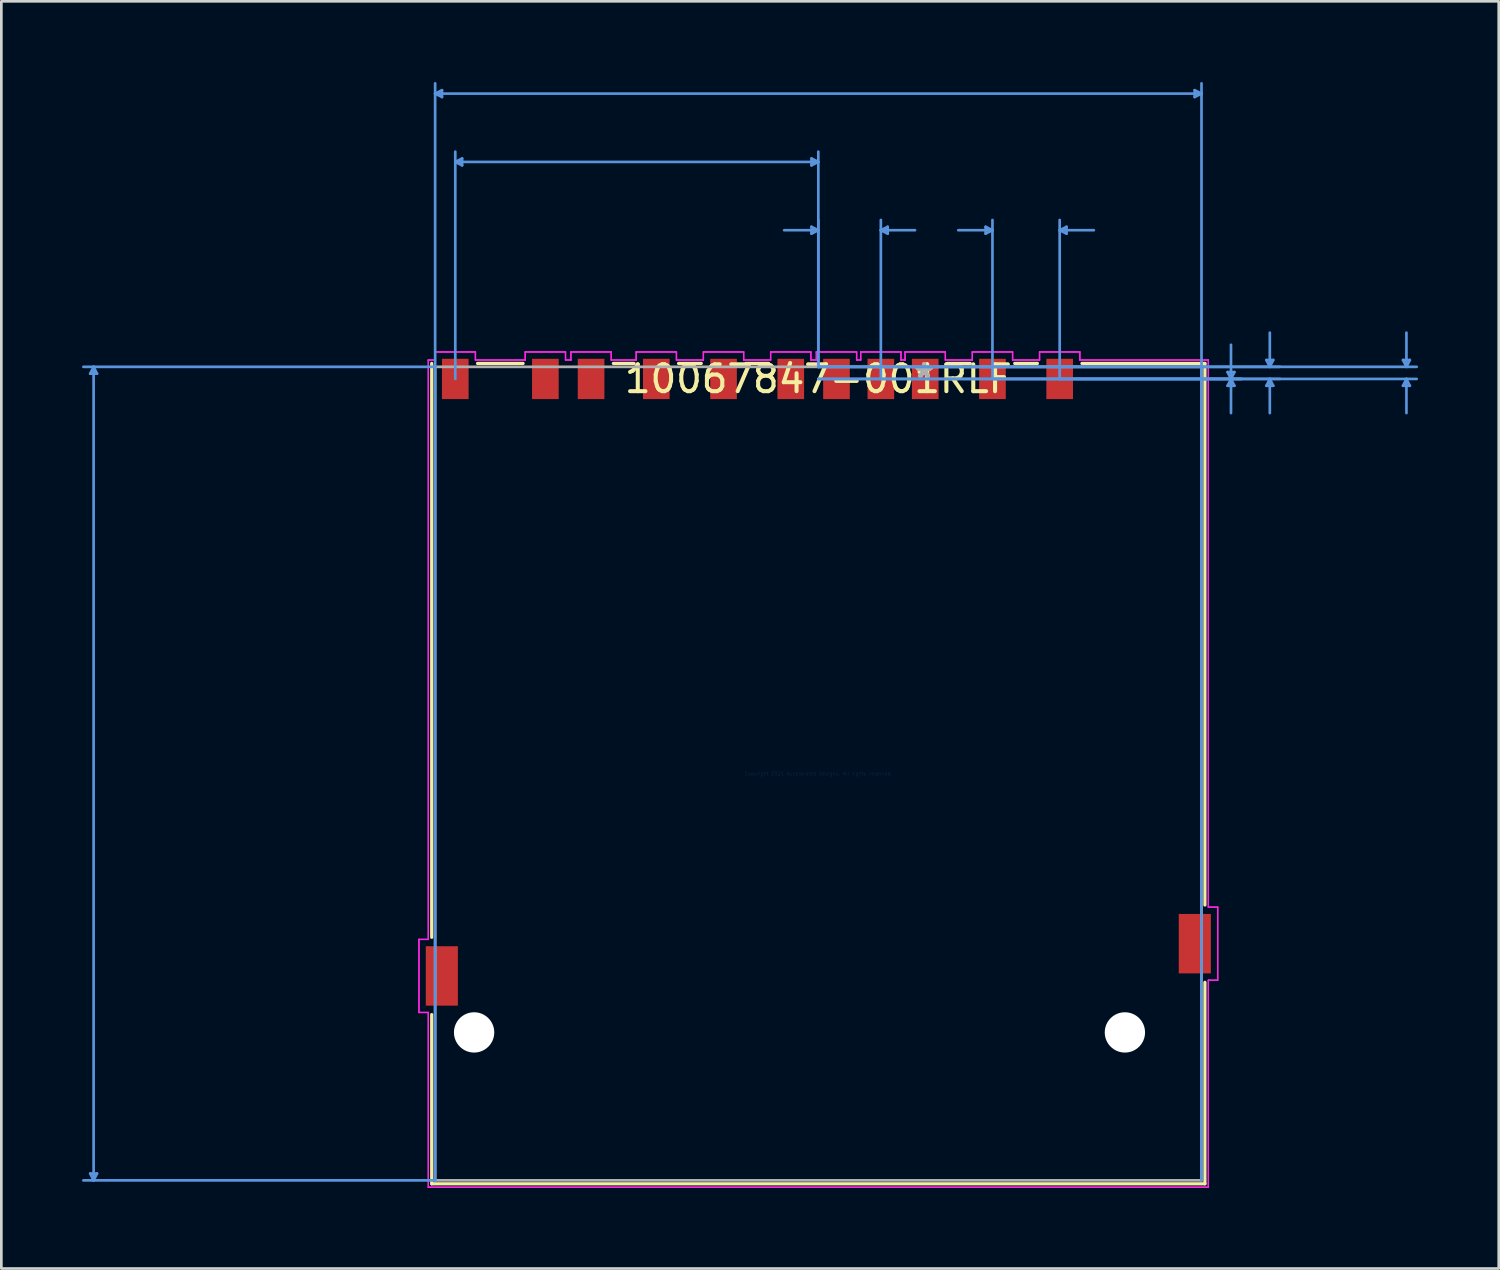
<source format=kicad_pcb>
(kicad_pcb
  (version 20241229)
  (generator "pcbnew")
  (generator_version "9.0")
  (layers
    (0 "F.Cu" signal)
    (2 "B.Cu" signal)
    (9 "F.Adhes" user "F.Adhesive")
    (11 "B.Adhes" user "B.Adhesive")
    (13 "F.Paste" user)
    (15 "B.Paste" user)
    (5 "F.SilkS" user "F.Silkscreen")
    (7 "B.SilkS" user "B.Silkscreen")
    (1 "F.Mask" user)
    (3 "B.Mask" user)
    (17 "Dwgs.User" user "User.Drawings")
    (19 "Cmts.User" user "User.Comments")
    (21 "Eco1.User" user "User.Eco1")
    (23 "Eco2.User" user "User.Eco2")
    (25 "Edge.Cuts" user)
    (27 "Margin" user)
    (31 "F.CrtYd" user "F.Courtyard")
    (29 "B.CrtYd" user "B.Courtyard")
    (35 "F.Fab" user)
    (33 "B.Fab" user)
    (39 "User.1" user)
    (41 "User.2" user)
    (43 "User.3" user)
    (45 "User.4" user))
  (footprint "10067847-001RLF"
    (layer "F.Cu")
    (at 27.38 25.717)
    (property "Reference" "10067847-001RLF" (at 0 -14.676 0) (layer "F.SilkS") (effects (font (size 1 1) (thickness 0.15))))
    (attr through_hole)
    (fp_line (start -14.376 -15.253) (end -14.376 6.087) (stroke (width 0.12) (type solid)) (layer "F.SilkS"))
    (fp_line (start -14.376 8.962) (end -14.376 15.253) (stroke (width 0.12) (type solid)) (layer "F.SilkS"))
    (fp_line (start -14.376 15.253) (end 14.376 15.253) (stroke (width 0.12) (type solid)) (layer "F.SilkS"))
    (fp_line (start -10.978 -15.253) (end -12.672 -15.253) (stroke (width 0.12) (type solid)) (layer "F.SilkS"))
    (fp_line (start -6.853 -15.253) (end -7.622 -15.253) (stroke (width 0.12) (type solid)) (layer "F.SilkS"))
    (fp_line (start -4.353 -15.253) (end -5.197 -15.253) (stroke (width 0.12) (type solid)) (layer "F.SilkS"))
    (fp_line (start -1.853 -15.253) (end -2.697 -15.253) (stroke (width 0.12) (type solid)) (layer "F.SilkS"))
    (fp_line (start 5.647 -15.253) (end 4.803 -15.253) (stroke (width 0.12) (type solid)) (layer "F.SilkS"))
    (fp_line (start 8.147 -15.253) (end 7.303 -15.253) (stroke (width 0.12) (type solid)) (layer "F.SilkS"))
    (fp_line (start 14.376 -15.253) (end 9.803 -15.253) (stroke (width 0.12) (type solid)) (layer "F.SilkS"))
    (fp_line (start 14.376 4.887) (end 14.376 -15.253) (stroke (width 0.12) (type solid)) (layer "F.SilkS"))
    (fp_line (start 14.376 15.253) (end 14.376 7.762) (stroke (width 0.12) (type solid)) (layer "F.SilkS"))
    (fp_line (start -27.076 -14.872) (end -26.822 -14.872) (stroke (width 0.1) (type solid)) (layer "Cmts.User"))
    (fp_line (start -27.076 14.872) (end -26.822 14.872) (stroke (width 0.1) (type solid)) (layer "Cmts.User"))
    (fp_line (start -26.949 -15.126) (end -27.076 -14.872) (stroke (width 0.1) (type solid)) (layer "Cmts.User"))
    (fp_line (start -26.949 -15.126) (end -26.949 15.126) (stroke (width 0.1) (type solid)) (layer "Cmts.User"))
    (fp_line (start -26.949 -15.126) (end -26.822 -14.872) (stroke (width 0.1) (type solid)) (layer "Cmts.User"))
    (fp_line (start -26.949 15.126) (end -27.076 14.872) (stroke (width 0.1) (type solid)) (layer "Cmts.User"))
    (fp_line (start -26.949 15.126) (end -26.822 14.872) (stroke (width 0.1) (type solid)) (layer "Cmts.User"))
    (fp_line (start -14.249 -25.286) (end -13.995 -25.413) (stroke (width 0.1) (type solid)) (layer "Cmts.User"))
    (fp_line (start -14.249 -25.286) (end -13.995 -25.159) (stroke (width 0.1) (type solid)) (layer "Cmts.User"))
    (fp_line (start -14.249 -25.286) (end 14.249 -25.286) (stroke (width 0.1) (type solid)) (layer "Cmts.User"))
    (fp_line (start -14.249 -15.126) (end -27.33 -15.126) (stroke (width 0.1) (type solid)) (layer "Cmts.User"))
    (fp_line (start -14.249 15.126) (end -27.33 15.126) (stroke (width 0.1) (type solid)) (layer "Cmts.User"))
    (fp_line (start -14.249 15.126) (end -14.249 -25.667) (stroke (width 0.1) (type solid)) (layer "Cmts.User"))
    (fp_line (start -13.995 -25.413) (end -13.995 -25.159) (stroke (width 0.1) (type solid)) (layer "Cmts.User"))
    (fp_line (start -13.5 -22.746) (end -13.246 -22.873) (stroke (width 0.1) (type solid)) (layer "Cmts.User"))
    (fp_line (start -13.5 -22.746) (end -13.246 -22.619) (stroke (width 0.1) (type solid)) (layer "Cmts.User"))
    (fp_line (start -13.5 -22.746) (end 0 -22.746) (stroke (width 0.1) (type solid)) (layer "Cmts.User"))
    (fp_line (start -13.5 -14.676) (end -13.5 -23.127) (stroke (width 0.1) (type solid)) (layer "Cmts.User"))
    (fp_line (start -13.246 -22.873) (end -13.246 -22.619) (stroke (width 0.1) (type solid)) (layer "Cmts.User"))
    (fp_line (start -0.254 -22.873) (end -0.254 -22.619) (stroke (width 0.1) (type solid)) (layer "Cmts.User"))
    (fp_line (start -0.254 -20.333) (end -0.254 -20.079) (stroke (width 0.1) (type solid)) (layer "Cmts.User"))
    (fp_line (start 0 -22.746) (end -0.254 -22.873) (stroke (width 0.1) (type solid)) (layer "Cmts.User"))
    (fp_line (start 0 -22.746) (end -0.254 -22.619) (stroke (width 0.1) (type solid)) (layer "Cmts.User"))
    (fp_line (start 0 -20.206) (end -1.27 -20.206) (stroke (width 0.1) (type solid)) (layer "Cmts.User"))
    (fp_line (start 0 -20.206) (end -0.254 -20.333) (stroke (width 0.1) (type solid)) (layer "Cmts.User"))
    (fp_line (start 0 -20.206) (end -0.254 -20.079) (stroke (width 0.1) (type solid)) (layer "Cmts.User"))
    (fp_line (start 0 -15.126) (end 0 -23.127) (stroke (width 0.1) (type solid)) (layer "Cmts.User"))
    (fp_line (start 0 -15.126) (end 0 -20.587) (stroke (width 0.1) (type solid)) (layer "Cmts.User"))
    (fp_line (start 0 -15.126) (end 17.17 -15.126) (stroke (width 0.1) (type solid)) (layer "Cmts.User"))
    (fp_line (start 0 -15.126) (end 22.25 -15.126) (stroke (width 0.1) (type solid)) (layer "Cmts.User"))
    (fp_line (start 0 -14.676) (end 17.17 -14.676) (stroke (width 0.1) (type solid)) (layer "Cmts.User"))
    (fp_line (start 0 -14.676) (end 22.25 -14.676) (stroke (width 0.1) (type solid)) (layer "Cmts.User"))
    (fp_line (start 2.325 -20.206) (end 2.579 -20.333) (stroke (width 0.1) (type solid)) (layer "Cmts.User"))
    (fp_line (start 2.325 -20.206) (end 2.579 -20.079) (stroke (width 0.1) (type solid)) (layer "Cmts.User"))
    (fp_line (start 2.325 -20.206) (end 3.595 -20.206) (stroke (width 0.1) (type solid)) (layer "Cmts.User"))
    (fp_line (start 2.325 -14.676) (end 2.325 -20.587) (stroke (width 0.1) (type solid)) (layer "Cmts.User"))
    (fp_line (start 2.579 -20.333) (end 2.579 -20.079) (stroke (width 0.1) (type solid)) (layer "Cmts.User"))
    (fp_line (start 6.221 -20.333) (end 6.221 -20.079) (stroke (width 0.1) (type solid)) (layer "Cmts.User"))
    (fp_line (start 6.475 -20.206) (end 5.205 -20.206) (stroke (width 0.1) (type solid)) (layer "Cmts.User"))
    (fp_line (start 6.475 -20.206) (end 6.221 -20.333) (stroke (width 0.1) (type solid)) (layer "Cmts.User"))
    (fp_line (start 6.475 -20.206) (end 6.221 -20.079) (stroke (width 0.1) (type solid)) (layer "Cmts.User"))
    (fp_line (start 6.475 -14.676) (end 6.475 -20.587) (stroke (width 0.1) (type solid)) (layer "Cmts.User"))
    (fp_line (start 6.475 -14.676) (end 15.726 -14.676) (stroke (width 0.1) (type solid)) (layer "Cmts.User"))
    (fp_line (start 8.975 -20.206) (end 9.229 -20.333) (stroke (width 0.1) (type solid)) (layer "Cmts.User"))
    (fp_line (start 8.975 -20.206) (end 9.229 -20.079) (stroke (width 0.1) (type solid)) (layer "Cmts.User"))
    (fp_line (start 8.975 -20.206) (end 10.245 -20.206) (stroke (width 0.1) (type solid)) (layer "Cmts.User"))
    (fp_line (start 8.975 -14.676) (end 8.975 -20.587) (stroke (width 0.1) (type solid)) (layer "Cmts.User"))
    (fp_line (start 8.975 -14.676) (end 15.726 -14.676) (stroke (width 0.1) (type solid)) (layer "Cmts.User"))
    (fp_line (start 9.229 -20.333) (end 9.229 -20.079) (stroke (width 0.1) (type solid)) (layer "Cmts.User"))
    (fp_line (start 13.995 -25.413) (end 13.995 -25.159) (stroke (width 0.1) (type solid)) (layer "Cmts.User"))
    (fp_line (start 14.249 -25.286) (end 13.995 -25.413) (stroke (width 0.1) (type solid)) (layer "Cmts.User"))
    (fp_line (start 14.249 -25.286) (end 13.995 -25.159) (stroke (width 0.1) (type solid)) (layer "Cmts.User"))
    (fp_line (start 14.249 15.126) (end 14.249 -25.667) (stroke (width 0.1) (type solid)) (layer "Cmts.User"))
    (fp_line (start 15.218 -14.93) (end 15.472 -14.93) (stroke (width 0.1) (type solid)) (layer "Cmts.User"))
    (fp_line (start 15.218 -14.422) (end 15.472 -14.422) (stroke (width 0.1) (type solid)) (layer "Cmts.User"))
    (fp_line (start 15.345 -14.676) (end 15.218 -14.93) (stroke (width 0.1) (type solid)) (layer "Cmts.User"))
    (fp_line (start 15.345 -14.676) (end 15.218 -14.422) (stroke (width 0.1) (type solid)) (layer "Cmts.User"))
    (fp_line (start 15.345 -14.676) (end 15.345 -15.946) (stroke (width 0.1) (type solid)) (layer "Cmts.User"))
    (fp_line (start 15.345 -14.676) (end 15.345 -13.406) (stroke (width 0.1) (type solid)) (layer "Cmts.User"))
    (fp_line (start 15.345 -14.676) (end 15.472 -14.93) (stroke (width 0.1) (type solid)) (layer "Cmts.User"))
    (fp_line (start 15.345 -14.676) (end 15.472 -14.422) (stroke (width 0.1) (type solid)) (layer "Cmts.User"))
    (fp_line (start 16.662 -15.38) (end 16.916 -15.38) (stroke (width 0.1) (type solid)) (layer "Cmts.User"))
    (fp_line (start 16.662 -14.422) (end 16.916 -14.422) (stroke (width 0.1) (type solid)) (layer "Cmts.User"))
    (fp_line (start 16.789 -15.126) (end 16.662 -15.38) (stroke (width 0.1) (type solid)) (layer "Cmts.User"))
    (fp_line (start 16.789 -15.126) (end 16.789 -16.396) (stroke (width 0.1) (type solid)) (layer "Cmts.User"))
    (fp_line (start 16.789 -15.126) (end 16.916 -15.38) (stroke (width 0.1) (type solid)) (layer "Cmts.User"))
    (fp_line (start 16.789 -14.676) (end 16.662 -14.422) (stroke (width 0.1) (type solid)) (layer "Cmts.User"))
    (fp_line (start 16.789 -14.676) (end 16.789 -13.406) (stroke (width 0.1) (type solid)) (layer "Cmts.User"))
    (fp_line (start 16.789 -14.676) (end 16.916 -14.422) (stroke (width 0.1) (type solid)) (layer "Cmts.User"))
    (fp_line (start 21.742 -15.38) (end 21.996 -15.38) (stroke (width 0.1) (type solid)) (layer "Cmts.User"))
    (fp_line (start 21.742 -14.422) (end 21.996 -14.422) (stroke (width 0.1) (type solid)) (layer "Cmts.User"))
    (fp_line (start 21.869 -15.126) (end 21.742 -15.38) (stroke (width 0.1) (type solid)) (layer "Cmts.User"))
    (fp_line (start 21.869 -15.126) (end 21.869 -16.396) (stroke (width 0.1) (type solid)) (layer "Cmts.User"))
    (fp_line (start 21.869 -15.126) (end 21.996 -15.38) (stroke (width 0.1) (type solid)) (layer "Cmts.User"))
    (fp_line (start 21.869 -14.676) (end 21.742 -14.422) (stroke (width 0.1) (type solid)) (layer "Cmts.User"))
    (fp_line (start 21.869 -14.676) (end 21.869 -13.406) (stroke (width 0.1) (type solid)) (layer "Cmts.User"))
    (fp_line (start 21.869 -14.676) (end 21.996 -14.422) (stroke (width 0.1) (type solid)) (layer "Cmts.User"))
    (fp_line (start -14.851 6.165) (end -14.851 8.883) (stroke (width 0.05) (type solid)) (layer "F.CrtYd"))
    (fp_line (start -14.851 6.165) (end -14.851 8.883) (stroke (width 0.05) (type solid)) (layer "F.CrtYd"))
    (fp_line (start -14.851 8.883) (end -14.503 8.883) (stroke (width 0.05) (type solid)) (layer "F.CrtYd"))
    (fp_line (start -14.851 8.883) (end -14.503 8.883) (stroke (width 0.05) (type solid)) (layer "F.CrtYd"))
    (fp_line (start -14.503 -15.38) (end -14.503 6.165) (stroke (width 0.05) (type solid)) (layer "F.CrtYd"))
    (fp_line (start -14.503 -15.38) (end -14.503 6.165) (stroke (width 0.05) (type solid)) (layer "F.CrtYd"))
    (fp_line (start -14.503 6.165) (end -14.851 6.165) (stroke (width 0.05) (type solid)) (layer "F.CrtYd"))
    (fp_line (start -14.503 6.165) (end -14.851 6.165) (stroke (width 0.05) (type solid)) (layer "F.CrtYd"))
    (fp_line (start -14.503 8.883) (end -14.503 15.38) (stroke (width 0.05) (type solid)) (layer "F.CrtYd"))
    (fp_line (start -14.503 8.883) (end -14.503 15.38) (stroke (width 0.05) (type solid)) (layer "F.CrtYd"))
    (fp_line (start -14.503 15.38) (end 14.503 15.38) (stroke (width 0.05) (type solid)) (layer "F.CrtYd"))
    (fp_line (start -14.503 15.38) (end 14.503 15.38) (stroke (width 0.05) (type solid)) (layer "F.CrtYd"))
    (fp_line (start -14.249 -15.679) (end -14.249 -15.38) (stroke (width 0.05) (type solid)) (layer "F.CrtYd"))
    (fp_line (start -14.249 -15.679) (end -14.249 -15.38) (stroke (width 0.05) (type solid)) (layer "F.CrtYd"))
    (fp_line (start -14.249 -15.38) (end -14.503 -15.38) (stroke (width 0.05) (type solid)) (layer "F.CrtYd"))
    (fp_line (start -14.249 -15.38) (end -14.503 -15.38) (stroke (width 0.05) (type solid)) (layer "F.CrtYd"))
    (fp_line (start -12.751 -15.679) (end -14.249 -15.679) (stroke (width 0.05) (type solid)) (layer "F.CrtYd"))
    (fp_line (start -12.751 -15.679) (end -14.249 -15.679) (stroke (width 0.05) (type solid)) (layer "F.CrtYd"))
    (fp_line (start -12.751 -15.38) (end -12.751 -15.679) (stroke (width 0.05) (type solid)) (layer "F.CrtYd"))
    (fp_line (start -12.751 -15.38) (end -12.751 -15.679) (stroke (width 0.05) (type solid)) (layer "F.CrtYd"))
    (fp_line (start -10.899 -15.679) (end -10.899 -15.38) (stroke (width 0.05) (type solid)) (layer "F.CrtYd"))
    (fp_line (start -10.899 -15.679) (end -10.899 -15.38) (stroke (width 0.05) (type solid)) (layer "F.CrtYd"))
    (fp_line (start -10.899 -15.38) (end -12.751 -15.38) (stroke (width 0.05) (type solid)) (layer "F.CrtYd"))
    (fp_line (start -10.899 -15.38) (end -12.751 -15.38) (stroke (width 0.05) (type solid)) (layer "F.CrtYd"))
    (fp_line (start -9.401 -15.679) (end -10.899 -15.679) (stroke (width 0.05) (type solid)) (layer "F.CrtYd"))
    (fp_line (start -9.401 -15.679) (end -10.899 -15.679) (stroke (width 0.05) (type solid)) (layer "F.CrtYd"))
    (fp_line (start -9.401 -15.38) (end -9.401 -15.679) (stroke (width 0.05) (type solid)) (layer "F.CrtYd"))
    (fp_line (start -9.401 -15.38) (end -9.401 -15.679) (stroke (width 0.05) (type solid)) (layer "F.CrtYd"))
    (fp_line (start -9.199 -15.679) (end -9.199 -15.38) (stroke (width 0.05) (type solid)) (layer "F.CrtYd"))
    (fp_line (start -9.199 -15.679) (end -9.199 -15.38) (stroke (width 0.05) (type solid)) (layer "F.CrtYd"))
    (fp_line (start -9.199 -15.38) (end -9.401 -15.38) (stroke (width 0.05) (type solid)) (layer "F.CrtYd"))
    (fp_line (start -9.199 -15.38) (end -9.401 -15.38) (stroke (width 0.05) (type solid)) (layer "F.CrtYd"))
    (fp_line (start -7.701 -15.679) (end -9.199 -15.679) (stroke (width 0.05) (type solid)) (layer "F.CrtYd"))
    (fp_line (start -7.701 -15.679) (end -9.199 -15.679) (stroke (width 0.05) (type solid)) (layer "F.CrtYd"))
    (fp_line (start -7.701 -15.38) (end -7.701 -15.679) (stroke (width 0.05) (type solid)) (layer "F.CrtYd"))
    (fp_line (start -7.701 -15.38) (end -7.701 -15.679) (stroke (width 0.05) (type solid)) (layer "F.CrtYd"))
    (fp_line (start -6.774 -15.679) (end -6.774 -15.38) (stroke (width 0.05) (type solid)) (layer "F.CrtYd"))
    (fp_line (start -6.774 -15.679) (end -6.774 -15.38) (stroke (width 0.05) (type solid)) (layer "F.CrtYd"))
    (fp_line (start -6.774 -15.38) (end -7.701 -15.38) (stroke (width 0.05) (type solid)) (layer "F.CrtYd"))
    (fp_line (start -6.774 -15.38) (end -7.701 -15.38) (stroke (width 0.05) (type solid)) (layer "F.CrtYd"))
    (fp_line (start -5.276 -15.679) (end -6.774 -15.679) (stroke (width 0.05) (type solid)) (layer "F.CrtYd"))
    (fp_line (start -5.276 -15.679) (end -6.774 -15.679) (stroke (width 0.05) (type solid)) (layer "F.CrtYd"))
    (fp_line (start -5.276 -15.38) (end -5.276 -15.679) (stroke (width 0.05) (type solid)) (layer "F.CrtYd"))
    (fp_line (start -5.276 -15.38) (end -5.276 -15.679) (stroke (width 0.05) (type solid)) (layer "F.CrtYd"))
    (fp_line (start -4.274 -15.679) (end -4.274 -15.38) (stroke (width 0.05) (type solid)) (layer "F.CrtYd"))
    (fp_line (start -4.274 -15.679) (end -4.274 -15.38) (stroke (width 0.05) (type solid)) (layer "F.CrtYd"))
    (fp_line (start -4.274 -15.38) (end -5.276 -15.38) (stroke (width 0.05) (type solid)) (layer "F.CrtYd"))
    (fp_line (start -4.274 -15.38) (end -5.276 -15.38) (stroke (width 0.05) (type solid)) (layer "F.CrtYd"))
    (fp_line (start -2.776 -15.679) (end -4.274 -15.679) (stroke (width 0.05) (type solid)) (layer "F.CrtYd"))
    (fp_line (start -2.776 -15.679) (end -4.274 -15.679) (stroke (width 0.05) (type solid)) (layer "F.CrtYd"))
    (fp_line (start -2.776 -15.38) (end -2.776 -15.679) (stroke (width 0.05) (type solid)) (layer "F.CrtYd"))
    (fp_line (start -2.776 -15.38) (end -2.776 -15.679) (stroke (width 0.05) (type solid)) (layer "F.CrtYd"))
    (fp_line (start -1.774 -15.679) (end -1.774 -15.38) (stroke (width 0.05) (type solid)) (layer "F.CrtYd"))
    (fp_line (start -1.774 -15.679) (end -1.774 -15.38) (stroke (width 0.05) (type solid)) (layer "F.CrtYd"))
    (fp_line (start -1.774 -15.38) (end -2.776 -15.38) (stroke (width 0.05) (type solid)) (layer "F.CrtYd"))
    (fp_line (start -1.774 -15.38) (end -2.776 -15.38) (stroke (width 0.05) (type solid)) (layer "F.CrtYd"))
    (fp_line (start -0.276 -15.679) (end -1.774 -15.679) (stroke (width 0.05) (type solid)) (layer "F.CrtYd"))
    (fp_line (start -0.276 -15.679) (end -1.774 -15.679) (stroke (width 0.05) (type solid)) (layer "F.CrtYd"))
    (fp_line (start -0.276 -15.38) (end -0.276 -15.679) (stroke (width 0.05) (type solid)) (layer "F.CrtYd"))
    (fp_line (start -0.276 -15.38) (end -0.276 -15.679) (stroke (width 0.05) (type solid)) (layer "F.CrtYd"))
    (fp_line (start -0.074 -15.679) (end -0.074 -15.38) (stroke (width 0.05) (type solid)) (layer "F.CrtYd"))
    (fp_line (start -0.074 -15.679) (end -0.074 -15.38) (stroke (width 0.05) (type solid)) (layer "F.CrtYd"))
    (fp_line (start -0.074 -15.38) (end -0.276 -15.38) (stroke (width 0.05) (type solid)) (layer "F.CrtYd"))
    (fp_line (start -0.074 -15.38) (end -0.276 -15.38) (stroke (width 0.05) (type solid)) (layer "F.CrtYd"))
    (fp_line (start 1.424 -15.679) (end -0.074 -15.679) (stroke (width 0.05) (type solid)) (layer "F.CrtYd"))
    (fp_line (start 1.424 -15.679) (end -0.074 -15.679) (stroke (width 0.05) (type solid)) (layer "F.CrtYd"))
    (fp_line (start 1.424 -15.38) (end 1.424 -15.679) (stroke (width 0.05) (type solid)) (layer "F.CrtYd"))
    (fp_line (start 1.424 -15.38) (end 1.424 -15.679) (stroke (width 0.05) (type solid)) (layer "F.CrtYd"))
    (fp_line (start 1.576 -15.679) (end 1.576 -15.38) (stroke (width 0.05) (type solid)) (layer "F.CrtYd"))
    (fp_line (start 1.576 -15.679) (end 1.576 -15.38) (stroke (width 0.05) (type solid)) (layer "F.CrtYd"))
    (fp_line (start 1.576 -15.38) (end 1.424 -15.38) (stroke (width 0.05) (type solid)) (layer "F.CrtYd"))
    (fp_line (start 1.576 -15.38) (end 1.424 -15.38) (stroke (width 0.05) (type solid)) (layer "F.CrtYd"))
    (fp_line (start 3.074 -15.679) (end 1.576 -15.679) (stroke (width 0.05) (type solid)) (layer "F.CrtYd"))
    (fp_line (start 3.074 -15.679) (end 1.576 -15.679) (stroke (width 0.05) (type solid)) (layer "F.CrtYd"))
    (fp_line (start 3.074 -15.38) (end 3.074 -15.679) (stroke (width 0.05) (type solid)) (layer "F.CrtYd"))
    (fp_line (start 3.074 -15.38) (end 3.074 -15.679) (stroke (width 0.05) (type solid)) (layer "F.CrtYd"))
    (fp_line (start 3.226 -15.679) (end 3.226 -15.38) (stroke (width 0.05) (type solid)) (layer "F.CrtYd"))
    (fp_line (start 3.226 -15.679) (end 3.226 -15.38) (stroke (width 0.05) (type solid)) (layer "F.CrtYd"))
    (fp_line (start 3.226 -15.38) (end 3.074 -15.38) (stroke (width 0.05) (type solid)) (layer "F.CrtYd"))
    (fp_line (start 3.226 -15.38) (end 3.074 -15.38) (stroke (width 0.05) (type solid)) (layer "F.CrtYd"))
    (fp_line (start 4.724 -15.679) (end 3.226 -15.679) (stroke (width 0.05) (type solid)) (layer "F.CrtYd"))
    (fp_line (start 4.724 -15.679) (end 3.226 -15.679) (stroke (width 0.05) (type solid)) (layer "F.CrtYd"))
    (fp_line (start 4.724 -15.38) (end 4.724 -15.679) (stroke (width 0.05) (type solid)) (layer "F.CrtYd"))
    (fp_line (start 4.724 -15.38) (end 4.724 -15.679) (stroke (width 0.05) (type solid)) (layer "F.CrtYd"))
    (fp_line (start 5.726 -15.679) (end 5.726 -15.38) (stroke (width 0.05) (type solid)) (layer "F.CrtYd"))
    (fp_line (start 5.726 -15.679) (end 5.726 -15.38) (stroke (width 0.05) (type solid)) (layer "F.CrtYd"))
    (fp_line (start 5.726 -15.38) (end 4.724 -15.38) (stroke (width 0.05) (type solid)) (layer "F.CrtYd"))
    (fp_line (start 5.726 -15.38) (end 4.724 -15.38) (stroke (width 0.05) (type solid)) (layer "F.CrtYd"))
    (fp_line (start 7.224 -15.679) (end 5.726 -15.679) (stroke (width 0.05) (type solid)) (layer "F.CrtYd"))
    (fp_line (start 7.224 -15.679) (end 5.726 -15.679) (stroke (width 0.05) (type solid)) (layer "F.CrtYd"))
    (fp_line (start 7.224 -15.38) (end 7.224 -15.679) (stroke (width 0.05) (type solid)) (layer "F.CrtYd"))
    (fp_line (start 7.224 -15.38) (end 7.224 -15.679) (stroke (width 0.05) (type solid)) (layer "F.CrtYd"))
    (fp_line (start 8.226 -15.679) (end 8.226 -15.38) (stroke (width 0.05) (type solid)) (layer "F.CrtYd"))
    (fp_line (start 8.226 -15.679) (end 8.226 -15.38) (stroke (width 0.05) (type solid)) (layer "F.CrtYd"))
    (fp_line (start 8.226 -15.38) (end 7.224 -15.38) (stroke (width 0.05) (type solid)) (layer "F.CrtYd"))
    (fp_line (start 8.226 -15.38) (end 7.224 -15.38) (stroke (width 0.05) (type solid)) (layer "F.CrtYd"))
    (fp_line (start 9.724 -15.679) (end 8.226 -15.679) (stroke (width 0.05) (type solid)) (layer "F.CrtYd"))
    (fp_line (start 9.724 -15.679) (end 8.226 -15.679) (stroke (width 0.05) (type solid)) (layer "F.CrtYd"))
    (fp_line (start 9.724 -15.38) (end 9.724 -15.679) (stroke (width 0.05) (type solid)) (layer "F.CrtYd"))
    (fp_line (start 9.724 -15.38) (end 9.724 -15.679) (stroke (width 0.05) (type solid)) (layer "F.CrtYd"))
    (fp_line (start 14.503 -15.38) (end 9.724 -15.38) (stroke (width 0.05) (type solid)) (layer "F.CrtYd"))
    (fp_line (start 14.503 -15.38) (end 9.724 -15.38) (stroke (width 0.05) (type solid)) (layer "F.CrtYd"))
    (fp_line (start 14.503 4.965) (end 14.503 -15.38) (stroke (width 0.05) (type solid)) (layer "F.CrtYd"))
    (fp_line (start 14.503 4.965) (end 14.503 -15.38) (stroke (width 0.05) (type solid)) (layer "F.CrtYd"))
    (fp_line (start 14.503 7.683) (end 14.851 7.683) (stroke (width 0.05) (type solid)) (layer "F.CrtYd"))
    (fp_line (start 14.503 7.683) (end 14.851 7.683) (stroke (width 0.05) (type solid)) (layer "F.CrtYd"))
    (fp_line (start 14.503 15.38) (end 14.503 7.683) (stroke (width 0.05) (type solid)) (layer "F.CrtYd"))
    (fp_line (start 14.503 15.38) (end 14.503 7.683) (stroke (width 0.05) (type solid)) (layer "F.CrtYd"))
    (fp_line (start 14.851 4.965) (end 14.503 4.965) (stroke (width 0.05) (type solid)) (layer "F.CrtYd"))
    (fp_line (start 14.851 4.965) (end 14.503 4.965) (stroke (width 0.05) (type solid)) (layer "F.CrtYd"))
    (fp_line (start 14.851 7.683) (end 14.851 4.965) (stroke (width 0.05) (type solid)) (layer "F.CrtYd"))
    (fp_line (start 14.851 7.683) (end 14.851 4.965) (stroke (width 0.05) (type solid)) (layer "F.CrtYd"))
    (fp_line (start -14.249 -15.126) (end -14.249 15.126) (stroke (width 0.1) (type solid)) (layer "F.Fab"))
    (fp_line (start -14.249 15.126) (end 14.249 15.126) (stroke (width 0.1) (type solid)) (layer "F.Fab"))
    (fp_line (start 0 -15.126) (end 0 -15.126) (stroke (width 0.1) (type solid)) (layer "F.Fab"))
    (fp_line (start 0 -15.126) (end 0 -15.126) (stroke (width 0.1) (type solid)) (layer "F.Fab"))
    (fp_line (start 0 -15.126) (end 0 -15.126) (stroke (width 0.1) (type solid)) (layer "F.Fab"))
    (fp_line (start 0 -15.126) (end 0 -15.126) (stroke (width 0.1) (type solid)) (layer "F.Fab"))
    (fp_line (start 14.249 -15.126) (end -14.249 -15.126) (stroke (width 0.1) (type solid)) (layer "F.Fab"))
    (fp_line (start 14.249 15.126) (end 14.249 -15.126) (stroke (width 0.1) (type solid)) (layer "F.Fab"))
    (fp_text user "*" (at 3.935 -14.676 0) (layer "F.SilkS") (effects (font (size 1 1) (thickness 0.15))))
    (fp_text user "*" (at 3.935 -14.676 0) (layer "F.SilkS") (effects (font (size 1 1) (thickness 0.15))))
    (fp_text user "Copyright 2021 Accelerated Designs. All rights reserved." (at 0 0 0) (layer "Cmts.User") (effects (font (size 0.127 0.127) (thickness 0.002))))
    (fp_text user "*" (at 3.935 -14.676 0) (layer "F.Fab") (effects (font (size 1 1) (thickness 0.15))))
    (fp_text user "*" (at 3.935 -14.676 0) (layer "F.Fab") (effects (font (size 1 1) (thickness 0.15))))
    (pad "" np_thru_hole circle (at -12.8 9.624) (size 1.499 1.499) (drill 1.499) (layers "*.Cu" "*.Mask"))
    (pad "" np_thru_hole circle (at 11.4 9.624) (size 1.499 1.499) (drill 1.499) (layers "*.Cu" "*.Mask"))
    (pad "1" smd rect (at 6.475 -14.676) (size 0.991 1.499) (layers "F.Cu" "F.Mask" "F.Paste"))
    (pad "2" smd rect (at 3.975 -14.676) (size 0.991 1.499) (layers "F.Cu" "F.Mask" "F.Paste"))
    (pad "3" smd rect (at 0.675 -14.676) (size 0.991 1.499) (layers "F.Cu" "F.Mask" "F.Paste"))
    (pad "4" smd rect (at -1.025 -14.676) (size 0.991 1.499) (layers "F.Cu" "F.Mask" "F.Paste"))
    (pad "5" smd rect (at -3.525 -14.676) (size 0.991 1.499) (layers "F.Cu" "F.Mask" "F.Paste"))
    (pad "6" smd rect (at -6.025 -14.676) (size 0.991 1.499) (layers "F.Cu" "F.Mask" "F.Paste"))
    (pad "7" smd rect (at -8.45 -14.676) (size 0.991 1.499) (layers "F.Cu" "F.Mask" "F.Paste"))
    (pad "8" smd rect (at -10.15 -14.676) (size 0.991 1.499) (layers "F.Cu" "F.Mask" "F.Paste"))
    (pad "9" smd rect (at 8.975 -14.676) (size 0.991 1.499) (layers "F.Cu" "F.Mask" "F.Paste"))
    (pad "10" smd rect (at 2.325 -14.676) (size 0.991 1.499) (layers "F.Cu" "F.Mask" "F.Paste"))
    (pad "11" smd rect (at -13.5 -14.676) (size 0.991 1.499) (layers "F.Cu" "F.Mask" "F.Paste"))
    (pad "12" smd rect (at -14 7.524) (size 1.194 2.21) (layers "F.Cu" "F.Mask" "F.Paste"))
    (pad "13" smd rect (at 14 6.324) (size 1.194 2.21) (layers "F.Cu" "F.Mask" "F.Paste")))
  (gr_rect
    (start -3 -3)
    (end 52.681 44.121)
    (stroke (width 0.1) (type default))
    (fill no)
    (layer "Edge.Cuts")))
</source>
